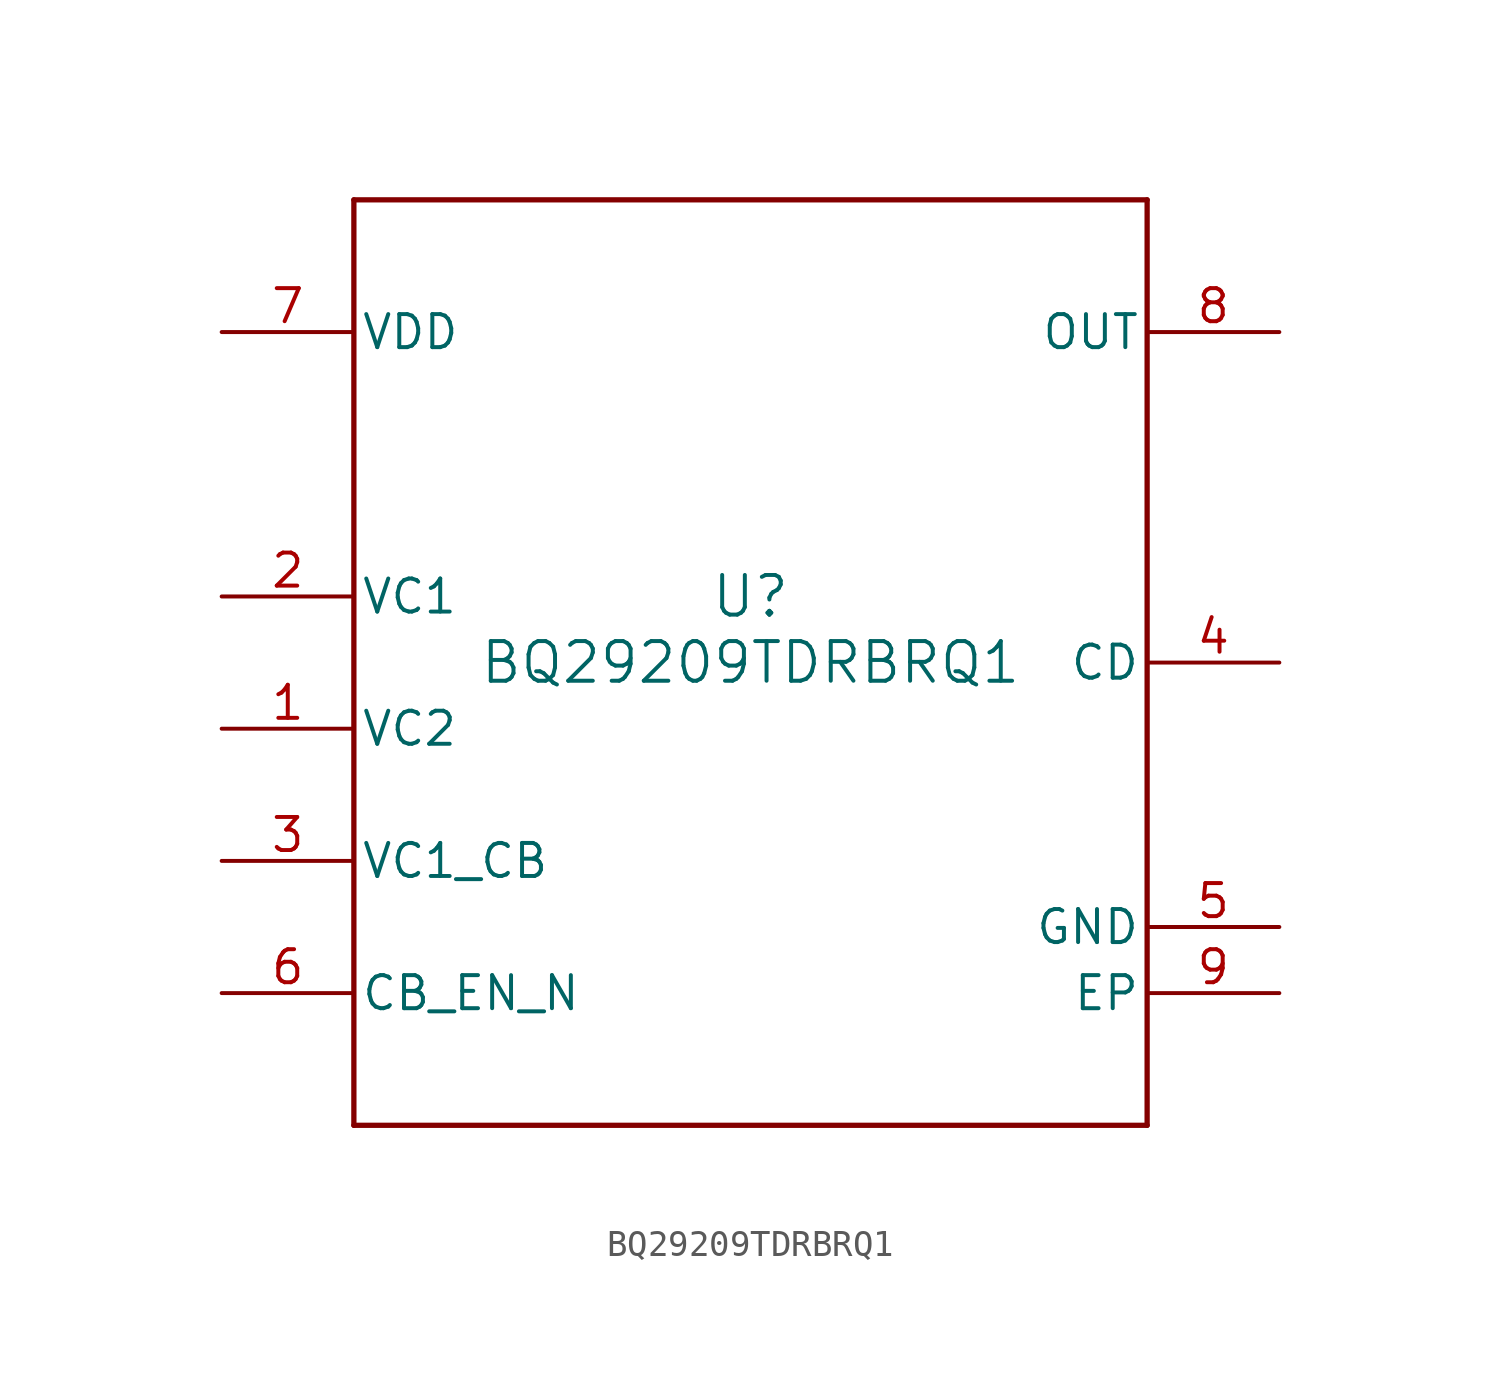
<source format=kicad_sym>
(kicad_symbol_lib
  (version 20211014)
  (generator kicad_symbol_editor)
  (symbol "BQ29209TDRBRQ1"
    (pin_names
      (offset 0.254))
    (property "Reference" "U"
      (at 0 2.54 0)
      (effects (font (size 1.524 1.524))))
    (property "Value" "BQ29209TDRBRQ1"
      (at 0 0 0)
      (effects (font (size 1.524 1.524))))
    (symbol "BQ29209TDRBRQ1_0_1"
      (polyline (pts (xy -15.24 -17.78) (xy 15.24 -17.78)) (stroke (width 0.203) (type default) (color 0 0 0 0)) (fill (type none)))
      (polyline (pts (xy 15.24 -17.78) (xy 15.24 17.78)) (stroke (width 0.203) (type default) (color 0 0 0 0)) (fill (type none)))
      (polyline (pts (xy 15.24 17.78) (xy -15.24 17.78)) (stroke (width 0.203) (type default) (color 0 0 0 0)) (fill (type none)))
      (polyline (pts (xy -15.24 17.78) (xy -15.24 -17.78)) (stroke (width 0.203) (type default) (color 0 0 0 0)) (fill (type none)))
      (pin input line (at -20.32 -2.54 0) (length 5.08) (name "VC2" (effects (font (size 1.27 1.27)))) (number "1" (effects (font (size 1.27 1.27)))))
      (pin input line (at -20.32 2.54 0) (length 5.08) (name "VC1" (effects (font (size 1.27 1.27)))) (number "2" (effects (font (size 1.27 1.27)))))
      (pin input line (at -20.32 -7.62 0) (length 5.08) (name "VC1_CB" (effects (font (size 1.27 1.27)))) (number "3" (effects (font (size 1.27 1.27)))))
      (pin unspecified line (at 20.32 0 180) (length 5.08) (name "CD" (effects (font (size 1.27 1.27)))) (number "4" (effects (font (size 1.27 1.27)))))
      (pin power_in line (at 20.32 -10.16 180) (length 5.08) (name "GND" (effects (font (size 1.27 1.27)))) (number "5" (effects (font (size 1.27 1.27)))))
      (pin input line (at -20.32 -12.7 0) (length 5.08) (name "CB_EN_N" (effects (font (size 1.27 1.27)))) (number "6" (effects (font (size 1.27 1.27)))))
      (pin power_in line (at -20.32 12.7 0) (length 5.08) (name "VDD" (effects (font (size 1.27 1.27)))) (number "7" (effects (font (size 1.27 1.27)))))
      (pin output line (at 20.32 12.7 180) (length 5.08) (name "OUT" (effects (font (size 1.27 1.27)))) (number "8" (effects (font (size 1.27 1.27)))))
      (pin unspecified line (at 20.32 -12.7 180) (length 5.08) (name "EP" (effects (font (size 1.27 1.27)))) (number "9" (effects (font (size 1.27 1.27))))))))
</source>
